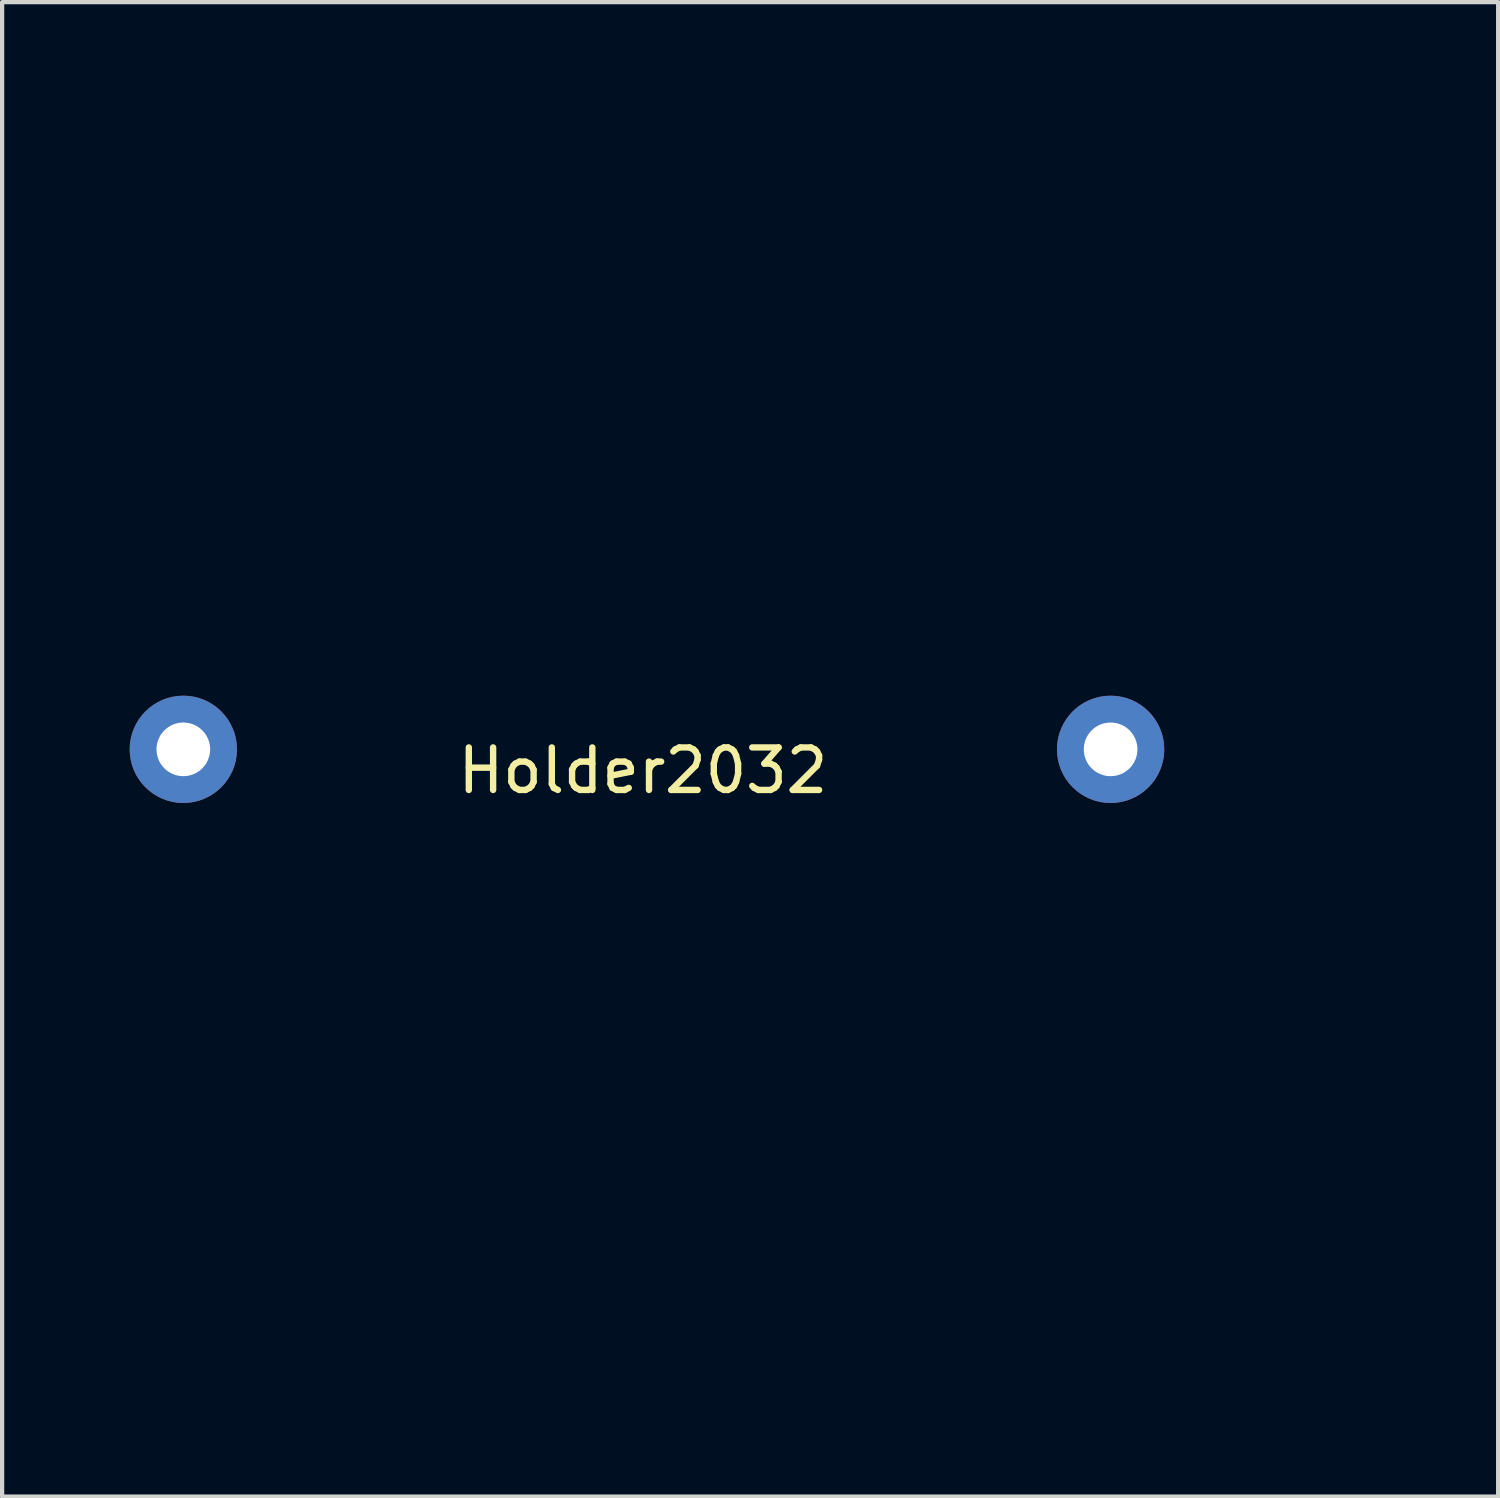
<source format=kicad_pcb>
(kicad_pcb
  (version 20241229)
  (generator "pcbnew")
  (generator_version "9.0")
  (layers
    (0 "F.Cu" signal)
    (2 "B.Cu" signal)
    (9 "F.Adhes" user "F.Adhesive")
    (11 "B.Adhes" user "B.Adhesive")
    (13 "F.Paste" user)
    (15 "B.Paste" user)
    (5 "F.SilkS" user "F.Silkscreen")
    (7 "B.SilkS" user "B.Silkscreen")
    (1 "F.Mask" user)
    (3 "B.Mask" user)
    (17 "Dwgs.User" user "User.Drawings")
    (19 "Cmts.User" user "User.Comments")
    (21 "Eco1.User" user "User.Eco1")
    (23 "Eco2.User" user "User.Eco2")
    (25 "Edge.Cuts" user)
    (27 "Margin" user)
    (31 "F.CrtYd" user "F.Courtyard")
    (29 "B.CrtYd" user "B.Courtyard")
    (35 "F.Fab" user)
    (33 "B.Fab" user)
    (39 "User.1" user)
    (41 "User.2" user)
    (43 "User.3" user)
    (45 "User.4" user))
  (footprint "Holder2032"
    (layer "F.Cu")
    (at 12.072 14.575)
    (property "Reference" "Holder2032" (at 0 0.5 0) (layer "F.SilkS") (effects (font (size 1 1) (thickness 0.15))))
    (attr through_hole)
    (fp_circle (center 2.54 0) (end -11.96 0) (stroke (width 0.15) (type solid)) (fill no) (layer "B.Mask"))
    (pad "1" thru_hole circle (at -10.81 0) (size 2.524 2.524) (drill 1.262) (layers "*.Cu" "*.Mask"))
    (pad "2" thru_hole circle (at 11 0) (size 2.524 2.524) (drill 1.262) (layers "*.Cu" "*.Mask")))
  (gr_rect
    (start -3 -3)
    (end 32.187 32.15)
    (stroke (width 0.1) (type default))
    (fill no)
    (layer "Edge.Cuts")))
</source>
